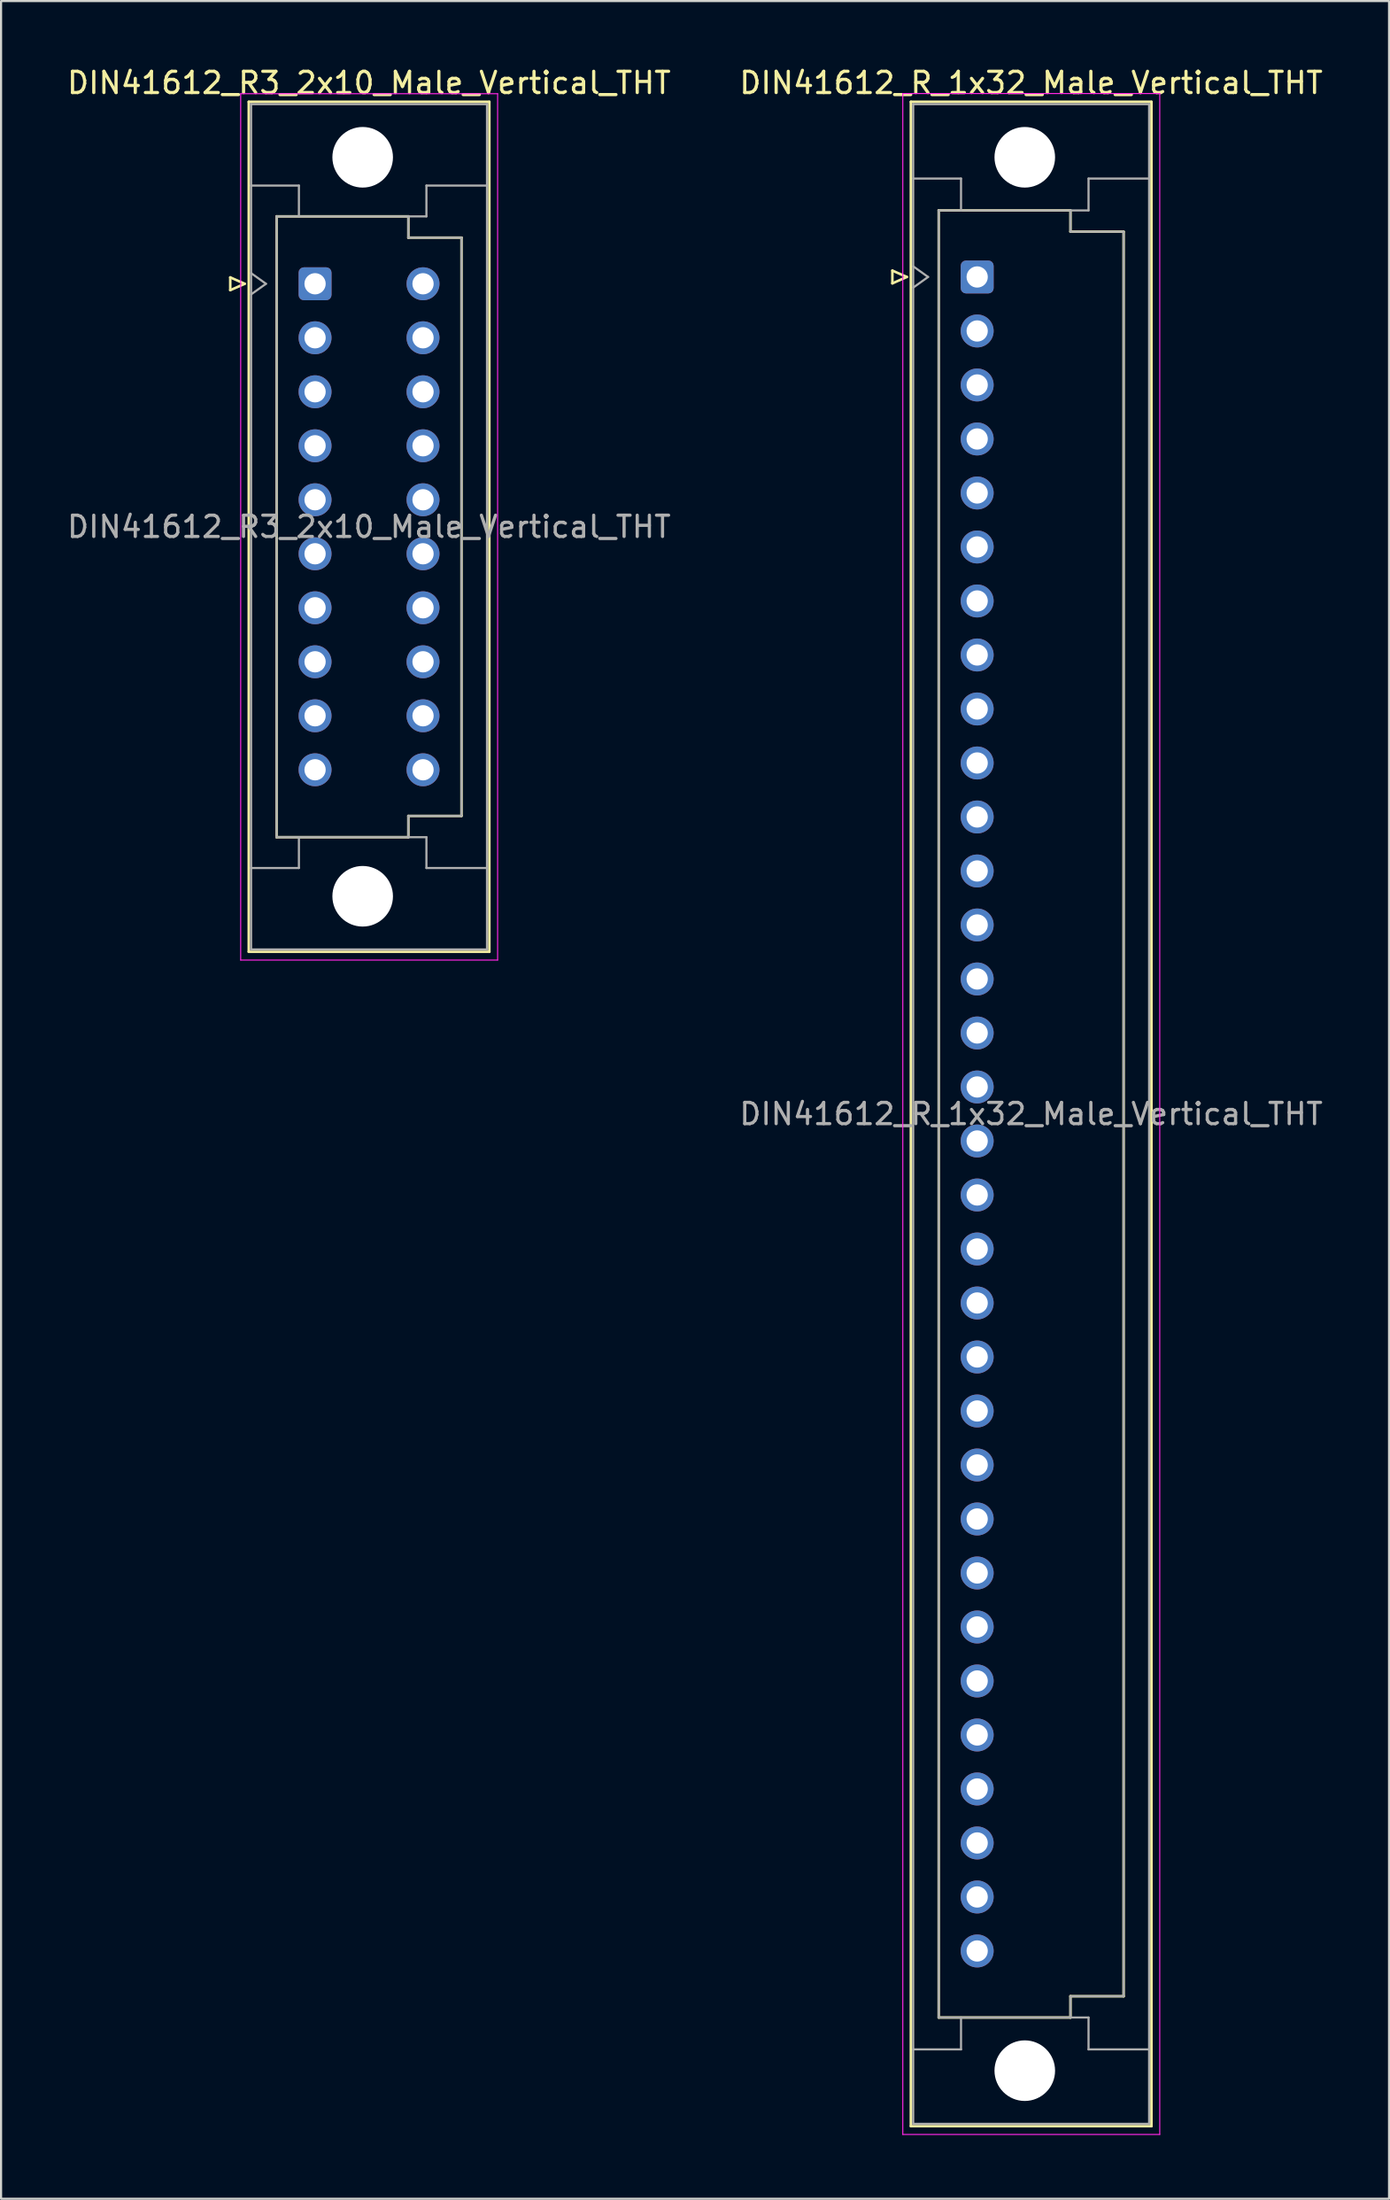
<source format=kicad_pcb>
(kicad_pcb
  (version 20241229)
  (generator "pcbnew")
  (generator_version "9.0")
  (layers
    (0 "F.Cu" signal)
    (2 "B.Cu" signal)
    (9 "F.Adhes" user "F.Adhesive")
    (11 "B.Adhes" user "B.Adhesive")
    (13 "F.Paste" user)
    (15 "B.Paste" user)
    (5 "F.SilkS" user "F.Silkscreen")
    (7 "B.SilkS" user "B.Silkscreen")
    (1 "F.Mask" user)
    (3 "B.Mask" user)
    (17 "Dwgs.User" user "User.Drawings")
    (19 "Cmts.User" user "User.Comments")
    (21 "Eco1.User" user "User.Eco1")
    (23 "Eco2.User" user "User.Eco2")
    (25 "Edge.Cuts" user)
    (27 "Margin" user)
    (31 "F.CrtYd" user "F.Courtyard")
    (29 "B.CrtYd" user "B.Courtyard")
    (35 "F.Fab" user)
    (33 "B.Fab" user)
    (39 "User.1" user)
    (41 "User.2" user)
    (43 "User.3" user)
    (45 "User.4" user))
  (footprint "DIN41612_R_1x32_Male_Vertical_THT"
    (layer "F.Cu")
    (at 42.93 9.978)
    (property "Reference" "DIN41612_R_1x32_Male_Vertical_THT" (at 2.54 -9.13 0) (layer "F.SilkS") (effects (font (size 1 1) (thickness 0.15))))
    (attr through_hole)
    (fp_line (start -3.99 -0.3) (end -3.99 0.3) (stroke (width 0.12) (type solid)) (layer "F.SilkS"))
    (fp_line (start -3.99 0.3) (end -3.31 0) (stroke (width 0.12) (type solid)) (layer "F.SilkS"))
    (fp_line (start -3.31 0) (end -3.99 -0.3) (stroke (width 0.12) (type solid)) (layer "F.SilkS"))
    (fp_line (start -3.12 -8.24) (end 8.2 -8.24) (stroke (width 0.12) (type solid)) (layer "F.SilkS"))
    (fp_line (start -3.12 86.98) (end -3.12 -8.24) (stroke (width 0.12) (type solid)) (layer "F.SilkS"))
    (fp_line (start -1.81 -3.131) (end 4.39 -3.131) (stroke (width 0.12) (type solid)) (layer "F.SilkS"))
    (fp_line (start -1.81 81.87) (end -1.81 -3.131) (stroke (width 0.12) (type solid)) (layer "F.SilkS"))
    (fp_line (start 4.39 -3.131) (end 4.39 -2.131) (stroke (width 0.12) (type solid)) (layer "F.SilkS"))
    (fp_line (start 4.39 -2.131) (end 6.89 -2.131) (stroke (width 0.12) (type solid)) (layer "F.SilkS"))
    (fp_line (start 4.39 80.87) (end 4.39 81.87) (stroke (width 0.12) (type solid)) (layer "F.SilkS"))
    (fp_line (start 4.39 81.87) (end -1.81 81.87) (stroke (width 0.12) (type solid)) (layer "F.SilkS"))
    (fp_line (start 6.89 -2.131) (end 6.89 80.87) (stroke (width 0.12) (type solid)) (layer "F.SilkS"))
    (fp_line (start 6.89 80.87) (end 4.39 80.87) (stroke (width 0.12) (type solid)) (layer "F.SilkS"))
    (fp_line (start 8.2 -8.24) (end 8.2 86.98) (stroke (width 0.12) (type solid)) (layer "F.SilkS"))
    (fp_line (start 8.2 86.98) (end -3.12 86.98) (stroke (width 0.12) (type solid)) (layer "F.SilkS"))
    (fp_line (start -3.5 -8.63) (end 8.59 -8.63) (stroke (width 0.05) (type solid)) (layer "F.CrtYd"))
    (fp_line (start -3.5 87.37) (end -3.5 -8.63) (stroke (width 0.05) (type solid)) (layer "F.CrtYd"))
    (fp_line (start 8.59 -8.63) (end 8.59 87.37) (stroke (width 0.05) (type solid)) (layer "F.CrtYd"))
    (fp_line (start 8.59 87.37) (end -3.5 87.37) (stroke (width 0.05) (type solid)) (layer "F.CrtYd"))
    (fp_line (start -3.01 -8.13) (end 8.09 -8.13) (stroke (width 0.1) (type solid)) (layer "F.Fab"))
    (fp_line (start -3.01 -4.63) (end -0.76 -4.63) (stroke (width 0.1) (type solid)) (layer "F.Fab"))
    (fp_line (start -3.01 -0.5) (end -2.31 0) (stroke (width 0.1) (type solid)) (layer "F.Fab"))
    (fp_line (start -3.01 83.37) (end -0.76 83.37) (stroke (width 0.1) (type solid)) (layer "F.Fab"))
    (fp_line (start -3.01 86.87) (end -3.01 -8.13) (stroke (width 0.1) (type solid)) (layer "F.Fab"))
    (fp_line (start -2.31 0) (end -3.01 0.5) (stroke (width 0.1) (type solid)) (layer "F.Fab"))
    (fp_line (start -1.81 -3.13) (end 4.39 -3.13) (stroke (width 0.1) (type solid)) (layer "F.Fab"))
    (fp_line (start -1.81 81.87) (end -1.81 -3.13) (stroke (width 0.1) (type solid)) (layer "F.Fab"))
    (fp_line (start -0.76 -4.63) (end -0.76 -3.13) (stroke (width 0.1) (type solid)) (layer "F.Fab"))
    (fp_line (start -0.76 83.37) (end -0.76 81.87) (stroke (width 0.1) (type solid)) (layer "F.Fab"))
    (fp_line (start 4.39 -3.13) (end 4.39 -2.13) (stroke (width 0.1) (type solid)) (layer "F.Fab"))
    (fp_line (start 4.39 -3.13) (end 5.24 -3.13) (stroke (width 0.1) (type solid)) (layer "F.Fab"))
    (fp_line (start 4.39 -2.13) (end 6.89 -2.13) (stroke (width 0.1) (type solid)) (layer "F.Fab"))
    (fp_line (start 4.39 80.87) (end 4.39 81.87) (stroke (width 0.1) (type solid)) (layer "F.Fab"))
    (fp_line (start 4.39 81.87) (end -1.81 81.87) (stroke (width 0.1) (type solid)) (layer "F.Fab"))
    (fp_line (start 4.39 81.87) (end 5.24 81.87) (stroke (width 0.1) (type solid)) (layer "F.Fab"))
    (fp_line (start 5.24 -4.63) (end 8.09 -4.63) (stroke (width 0.1) (type solid)) (layer "F.Fab"))
    (fp_line (start 5.24 -3.13) (end 5.24 -4.63) (stroke (width 0.1) (type solid)) (layer "F.Fab"))
    (fp_line (start 5.24 81.87) (end 5.24 83.37) (stroke (width 0.1) (type solid)) (layer "F.Fab"))
    (fp_line (start 5.24 83.37) (end 8.09 83.37) (stroke (width 0.1) (type solid)) (layer "F.Fab"))
    (fp_line (start 6.89 -2.13) (end 6.89 80.87) (stroke (width 0.1) (type solid)) (layer "F.Fab"))
    (fp_line (start 6.89 80.87) (end 4.39 80.87) (stroke (width 0.1) (type solid)) (layer "F.Fab"))
    (fp_line (start 8.09 -8.13) (end 8.09 86.87) (stroke (width 0.1) (type solid)) (layer "F.Fab"))
    (fp_line (start 8.09 86.87) (end -3.01 86.87) (stroke (width 0.1) (type solid)) (layer "F.Fab"))
    (fp_text user "${REFERENCE}" (at 2.54 39.37 0) (layer "F.Fab") (effects (font (size 1 1) (thickness 0.15))))
    (pad "" np_thru_hole circle (at 2.24 -5.63) (size 2.85 2.85) (drill 2.85) (layers "*.Cu" "*.Mask"))
    (pad "" np_thru_hole circle (at 2.24 84.37) (size 2.85 2.85) (drill 2.85) (layers "*.Cu" "*.Mask"))
    (pad "a1" thru_hole roundrect (at 0 0) (size 1.55 1.55) (drill 1) (layers "*.Cu" "*.Mask") (roundrect_rratio 0.161))
    (pad "a2" thru_hole circle (at 0 2.54) (size 1.55 1.55) (drill 1) (layers "*.Cu" "*.Mask"))
    (pad "a3" thru_hole circle (at 0 5.08) (size 1.55 1.55) (drill 1) (layers "*.Cu" "*.Mask"))
    (pad "a4" thru_hole circle (at 0 7.62) (size 1.55 1.55) (drill 1) (layers "*.Cu" "*.Mask"))
    (pad "a5" thru_hole circle (at 0 10.16) (size 1.55 1.55) (drill 1) (layers "*.Cu" "*.Mask"))
    (pad "a6" thru_hole circle (at 0 12.7) (size 1.55 1.55) (drill 1) (layers "*.Cu" "*.Mask"))
    (pad "a7" thru_hole circle (at 0 15.24) (size 1.55 1.55) (drill 1) (layers "*.Cu" "*.Mask"))
    (pad "a8" thru_hole circle (at 0 17.78) (size 1.55 1.55) (drill 1) (layers "*.Cu" "*.Mask"))
    (pad "a9" thru_hole circle (at 0 20.32) (size 1.55 1.55) (drill 1) (layers "*.Cu" "*.Mask"))
    (pad "a10" thru_hole circle (at 0 22.86) (size 1.55 1.55) (drill 1) (layers "*.Cu" "*.Mask"))
    (pad "a11" thru_hole circle (at 0 25.4) (size 1.55 1.55) (drill 1) (layers "*.Cu" "*.Mask"))
    (pad "a12" thru_hole circle (at 0 27.94) (size 1.55 1.55) (drill 1) (layers "*.Cu" "*.Mask"))
    (pad "a13" thru_hole circle (at 0 30.48) (size 1.55 1.55) (drill 1) (layers "*.Cu" "*.Mask"))
    (pad "a14" thru_hole circle (at 0 33.02) (size 1.55 1.55) (drill 1) (layers "*.Cu" "*.Mask"))
    (pad "a15" thru_hole circle (at 0 35.56) (size 1.55 1.55) (drill 1) (layers "*.Cu" "*.Mask"))
    (pad "a16" thru_hole circle (at 0 38.1) (size 1.55 1.55) (drill 1) (layers "*.Cu" "*.Mask"))
    (pad "a17" thru_hole circle (at 0 40.64) (size 1.55 1.55) (drill 1) (layers "*.Cu" "*.Mask"))
    (pad "a18" thru_hole circle (at 0 43.18) (size 1.55 1.55) (drill 1) (layers "*.Cu" "*.Mask"))
    (pad "a19" thru_hole circle (at 0 45.72) (size 1.55 1.55) (drill 1) (layers "*.Cu" "*.Mask"))
    (pad "a20" thru_hole circle (at 0 48.26) (size 1.55 1.55) (drill 1) (layers "*.Cu" "*.Mask"))
    (pad "a21" thru_hole circle (at 0 50.8) (size 1.55 1.55) (drill 1) (layers "*.Cu" "*.Mask"))
    (pad "a22" thru_hole circle (at 0 53.34) (size 1.55 1.55) (drill 1) (layers "*.Cu" "*.Mask"))
    (pad "a23" thru_hole circle (at 0 55.88) (size 1.55 1.55) (drill 1) (layers "*.Cu" "*.Mask"))
    (pad "a24" thru_hole circle (at 0 58.42) (size 1.55 1.55) (drill 1) (layers "*.Cu" "*.Mask"))
    (pad "a25" thru_hole circle (at 0 60.96) (size 1.55 1.55) (drill 1) (layers "*.Cu" "*.Mask"))
    (pad "a26" thru_hole circle (at 0 63.5) (size 1.55 1.55) (drill 1) (layers "*.Cu" "*.Mask"))
    (pad "a27" thru_hole circle (at 0 66.04) (size 1.55 1.55) (drill 1) (layers "*.Cu" "*.Mask"))
    (pad "a28" thru_hole circle (at 0 68.58) (size 1.55 1.55) (drill 1) (layers "*.Cu" "*.Mask"))
    (pad "a29" thru_hole circle (at 0 71.12) (size 1.55 1.55) (drill 1) (layers "*.Cu" "*.Mask"))
    (pad "a30" thru_hole circle (at 0 73.66) (size 1.55 1.55) (drill 1) (layers "*.Cu" "*.Mask"))
    (pad "a31" thru_hole circle (at 0 76.2) (size 1.55 1.55) (drill 1) (layers "*.Cu" "*.Mask"))
    (pad "a32" thru_hole circle (at 0 78.74) (size 1.55 1.55) (drill 1) (layers "*.Cu" "*.Mask")))
  (footprint "DIN41612_R3_2x10_Male_Vertical_THT"
    (layer "F.Cu")
    (at 11.775 10.298)
    (property "Reference" "DIN41612_R3_2x10_Male_Vertical_THT" (at 2.54 -9.45 0) (layer "F.SilkS") (effects (font (size 1 1) (thickness 0.15))))
    (attr through_hole)
    (fp_line (start -3.99 -0.3) (end -3.99 0.3) (stroke (width 0.12) (type solid)) (layer "F.SilkS"))
    (fp_line (start -3.99 0.3) (end -3.31 0) (stroke (width 0.12) (type solid)) (layer "F.SilkS"))
    (fp_line (start -3.31 0) (end -3.99 -0.3) (stroke (width 0.12) (type solid)) (layer "F.SilkS"))
    (fp_line (start -3.12 -8.56) (end 8.2 -8.56) (stroke (width 0.12) (type solid)) (layer "F.SilkS"))
    (fp_line (start -3.12 31.42) (end -3.12 -8.56) (stroke (width 0.12) (type solid)) (layer "F.SilkS"))
    (fp_line (start -1.81 -3.17) (end 4.39 -3.17) (stroke (width 0.12) (type solid)) (layer "F.SilkS"))
    (fp_line (start -1.81 26.03) (end -1.81 -3.17) (stroke (width 0.12) (type solid)) (layer "F.SilkS"))
    (fp_line (start 4.39 -3.17) (end 4.39 -2.17) (stroke (width 0.12) (type solid)) (layer "F.SilkS"))
    (fp_line (start 4.39 -2.17) (end 6.89 -2.17) (stroke (width 0.12) (type solid)) (layer "F.SilkS"))
    (fp_line (start 4.39 25.03) (end 4.39 26.03) (stroke (width 0.12) (type solid)) (layer "F.SilkS"))
    (fp_line (start 4.39 26.03) (end -1.81 26.03) (stroke (width 0.12) (type solid)) (layer "F.SilkS"))
    (fp_line (start 6.89 -2.17) (end 6.89 25.03) (stroke (width 0.12) (type solid)) (layer "F.SilkS"))
    (fp_line (start 6.89 25.03) (end 4.39 25.03) (stroke (width 0.12) (type solid)) (layer "F.SilkS"))
    (fp_line (start 8.2 -8.56) (end 8.2 31.42) (stroke (width 0.12) (type solid)) (layer "F.SilkS"))
    (fp_line (start 8.2 31.42) (end -3.12 31.42) (stroke (width 0.12) (type solid)) (layer "F.SilkS"))
    (fp_line (start -3.5 -8.94) (end 8.59 -8.94) (stroke (width 0.05) (type solid)) (layer "F.CrtYd"))
    (fp_line (start -3.5 31.81) (end -3.5 -8.94) (stroke (width 0.05) (type solid)) (layer "F.CrtYd"))
    (fp_line (start 8.59 -8.94) (end 8.59 31.81) (stroke (width 0.05) (type solid)) (layer "F.CrtYd"))
    (fp_line (start 8.59 31.81) (end -3.5 31.81) (stroke (width 0.05) (type solid)) (layer "F.CrtYd"))
    (fp_line (start -3.01 -8.45) (end 8.09 -8.45) (stroke (width 0.1) (type solid)) (layer "F.Fab"))
    (fp_line (start -3.01 -4.62) (end -0.76 -4.62) (stroke (width 0.1) (type solid)) (layer "F.Fab"))
    (fp_line (start -3.01 -0.5) (end -2.31 0) (stroke (width 0.1) (type solid)) (layer "F.Fab"))
    (fp_line (start -3.01 27.48) (end -0.76 27.48) (stroke (width 0.1) (type solid)) (layer "F.Fab"))
    (fp_line (start -3.01 31.31) (end -3.01 -8.45) (stroke (width 0.1) (type solid)) (layer "F.Fab"))
    (fp_line (start -2.31 0) (end -3.01 0.5) (stroke (width 0.1) (type solid)) (layer "F.Fab"))
    (fp_line (start -1.81 -3.17) (end 4.39 -3.17) (stroke (width 0.1) (type solid)) (layer "F.Fab"))
    (fp_line (start -1.81 26.03) (end -1.81 -3.17) (stroke (width 0.1) (type solid)) (layer "F.Fab"))
    (fp_line (start -0.76 -4.62) (end -0.76 -3.17) (stroke (width 0.1) (type solid)) (layer "F.Fab"))
    (fp_line (start -0.76 27.48) (end -0.76 26.03) (stroke (width 0.1) (type solid)) (layer "F.Fab"))
    (fp_line (start 4.39 -3.17) (end 4.39 -2.17) (stroke (width 0.1) (type solid)) (layer "F.Fab"))
    (fp_line (start 4.39 -3.17) (end 5.24 -3.17) (stroke (width 0.1) (type solid)) (layer "F.Fab"))
    (fp_line (start 4.39 -2.17) (end 6.89 -2.17) (stroke (width 0.1) (type solid)) (layer "F.Fab"))
    (fp_line (start 4.39 25.03) (end 4.39 26.03) (stroke (width 0.1) (type solid)) (layer "F.Fab"))
    (fp_line (start 4.39 26.03) (end -1.81 26.03) (stroke (width 0.1) (type solid)) (layer "F.Fab"))
    (fp_line (start 4.39 26.03) (end 5.24 26.03) (stroke (width 0.1) (type solid)) (layer "F.Fab"))
    (fp_line (start 5.24 -4.62) (end 8.09 -4.62) (stroke (width 0.1) (type solid)) (layer "F.Fab"))
    (fp_line (start 5.24 -3.17) (end 5.24 -4.62) (stroke (width 0.1) (type solid)) (layer "F.Fab"))
    (fp_line (start 5.24 26.03) (end 5.24 27.48) (stroke (width 0.1) (type solid)) (layer "F.Fab"))
    (fp_line (start 5.24 27.48) (end 8.09 27.48) (stroke (width 0.1) (type solid)) (layer "F.Fab"))
    (fp_line (start 6.89 -2.17) (end 6.89 25.03) (stroke (width 0.1) (type solid)) (layer "F.Fab"))
    (fp_line (start 6.89 25.03) (end 4.39 25.03) (stroke (width 0.1) (type solid)) (layer "F.Fab"))
    (fp_line (start 8.09 -8.45) (end 8.09 31.31) (stroke (width 0.1) (type solid)) (layer "F.Fab"))
    (fp_line (start 8.09 31.31) (end -3.01 31.31) (stroke (width 0.1) (type solid)) (layer "F.Fab"))
    (fp_text user "${REFERENCE}" (at 2.54 11.43 0) (layer "F.Fab") (effects (font (size 1 1) (thickness 0.15))))
    (pad "" np_thru_hole circle (at 2.24 -5.95) (size 2.85 2.85) (drill 2.85) (layers "*.Cu" "*.Mask"))
    (pad "" np_thru_hole circle (at 2.24 28.81) (size 2.85 2.85) (drill 2.85) (layers "*.Cu" "*.Mask"))
    (pad "a1" thru_hole roundrect (at 0 0) (size 1.55 1.55) (drill 1) (layers "*.Cu" "*.Mask") (roundrect_rratio 0.161))
    (pad "a2" thru_hole circle (at 0 2.54) (size 1.55 1.55) (drill 1) (layers "*.Cu" "*.Mask"))
    (pad "a3" thru_hole circle (at 0 5.08) (size 1.55 1.55) (drill 1) (layers "*.Cu" "*.Mask"))
    (pad "a4" thru_hole circle (at 0 7.62) (size 1.55 1.55) (drill 1) (layers "*.Cu" "*.Mask"))
    (pad "a5" thru_hole circle (at 0 10.16) (size 1.55 1.55) (drill 1) (layers "*.Cu" "*.Mask"))
    (pad "a6" thru_hole circle (at 0 12.7) (size 1.55 1.55) (drill 1) (layers "*.Cu" "*.Mask"))
    (pad "a7" thru_hole circle (at 0 15.24) (size 1.55 1.55) (drill 1) (layers "*.Cu" "*.Mask"))
    (pad "a8" thru_hole circle (at 0 17.78) (size 1.55 1.55) (drill 1) (layers "*.Cu" "*.Mask"))
    (pad "a9" thru_hole circle (at 0 20.32) (size 1.55 1.55) (drill 1) (layers "*.Cu" "*.Mask"))
    (pad "a10" thru_hole circle (at 0 22.86) (size 1.55 1.55) (drill 1) (layers "*.Cu" "*.Mask"))
    (pad "c1" thru_hole circle (at 5.08 0) (size 1.55 1.55) (drill 1) (layers "*.Cu" "*.Mask"))
    (pad "c2" thru_hole circle (at 5.08 2.54) (size 1.55 1.55) (drill 1) (layers "*.Cu" "*.Mask"))
    (pad "c3" thru_hole circle (at 5.08 5.08) (size 1.55 1.55) (drill 1) (layers "*.Cu" "*.Mask"))
    (pad "c4" thru_hole circle (at 5.08 7.62) (size 1.55 1.55) (drill 1) (layers "*.Cu" "*.Mask"))
    (pad "c5" thru_hole circle (at 5.08 10.16) (size 1.55 1.55) (drill 1) (layers "*.Cu" "*.Mask"))
    (pad "c6" thru_hole circle (at 5.08 12.7) (size 1.55 1.55) (drill 1) (layers "*.Cu" "*.Mask"))
    (pad "c7" thru_hole circle (at 5.08 15.24) (size 1.55 1.55) (drill 1) (layers "*.Cu" "*.Mask"))
    (pad "c8" thru_hole circle (at 5.08 17.78) (size 1.55 1.55) (drill 1) (layers "*.Cu" "*.Mask"))
    (pad "c9" thru_hole circle (at 5.08 20.32) (size 1.55 1.55) (drill 1) (layers "*.Cu" "*.Mask"))
    (pad "c10" thru_hole circle (at 5.08 22.86) (size 1.55 1.55) (drill 1) (layers "*.Cu" "*.Mask")))
  (gr_rect
    (start -3 -3)
    (end 62.31 100.373)
    (stroke (width 0.1) (type default))
    (fill no)
    (layer "Edge.Cuts")))
</source>
